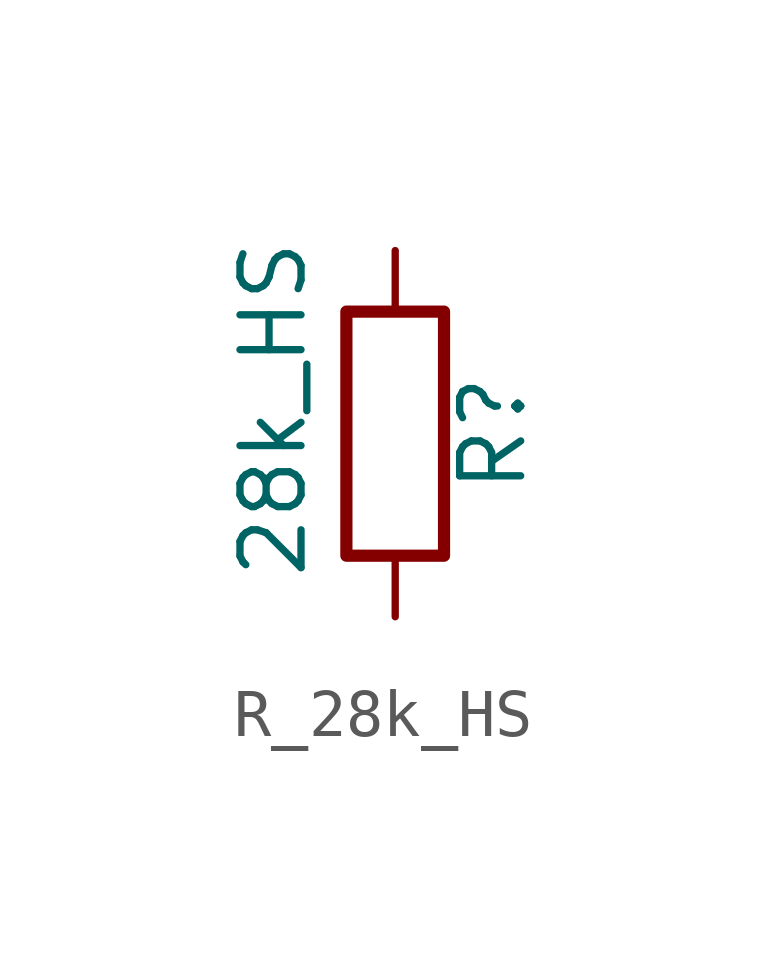
<source format=kicad_sym>
(kicad_symbol_lib
  (version 20241209)
  (generator "kicad_symbol_editor")
  (generator_version "9.0")
  (symbol "R_28k_HS"
    (pin_numbers
      (hide yes))
    (pin_names
      (offset 0))
    (property "Reference" "R"
      (at 2.032 0 90)
      (effects (font (size 1.27 1.27))))
    (property "Value" "28k_HS"
      (at -2.54 0.508 90)
      (effects (font (size 1.27 1.27))))
    (symbol "R_28k_HS_0_1"
      (rectangle (start -1.016 -2.54) (end 1.016 2.54) (stroke (width 0.254) (type default)) (fill (type none))))
    (symbol "R_28k_HS_1_1"
      (pin passive line (at 0 3.81 270) (length 1.27) (name "~" (effects (font (size 1.27 1.27)))) (number "1" (effects (font (size 1.27 1.27)))))
      (pin passive line (at 0 -3.81 90) (length 1.27) (name "~" (effects (font (size 1.27 1.27)))) (number "2" (effects (font (size 1.27 1.27))))))))
</source>
